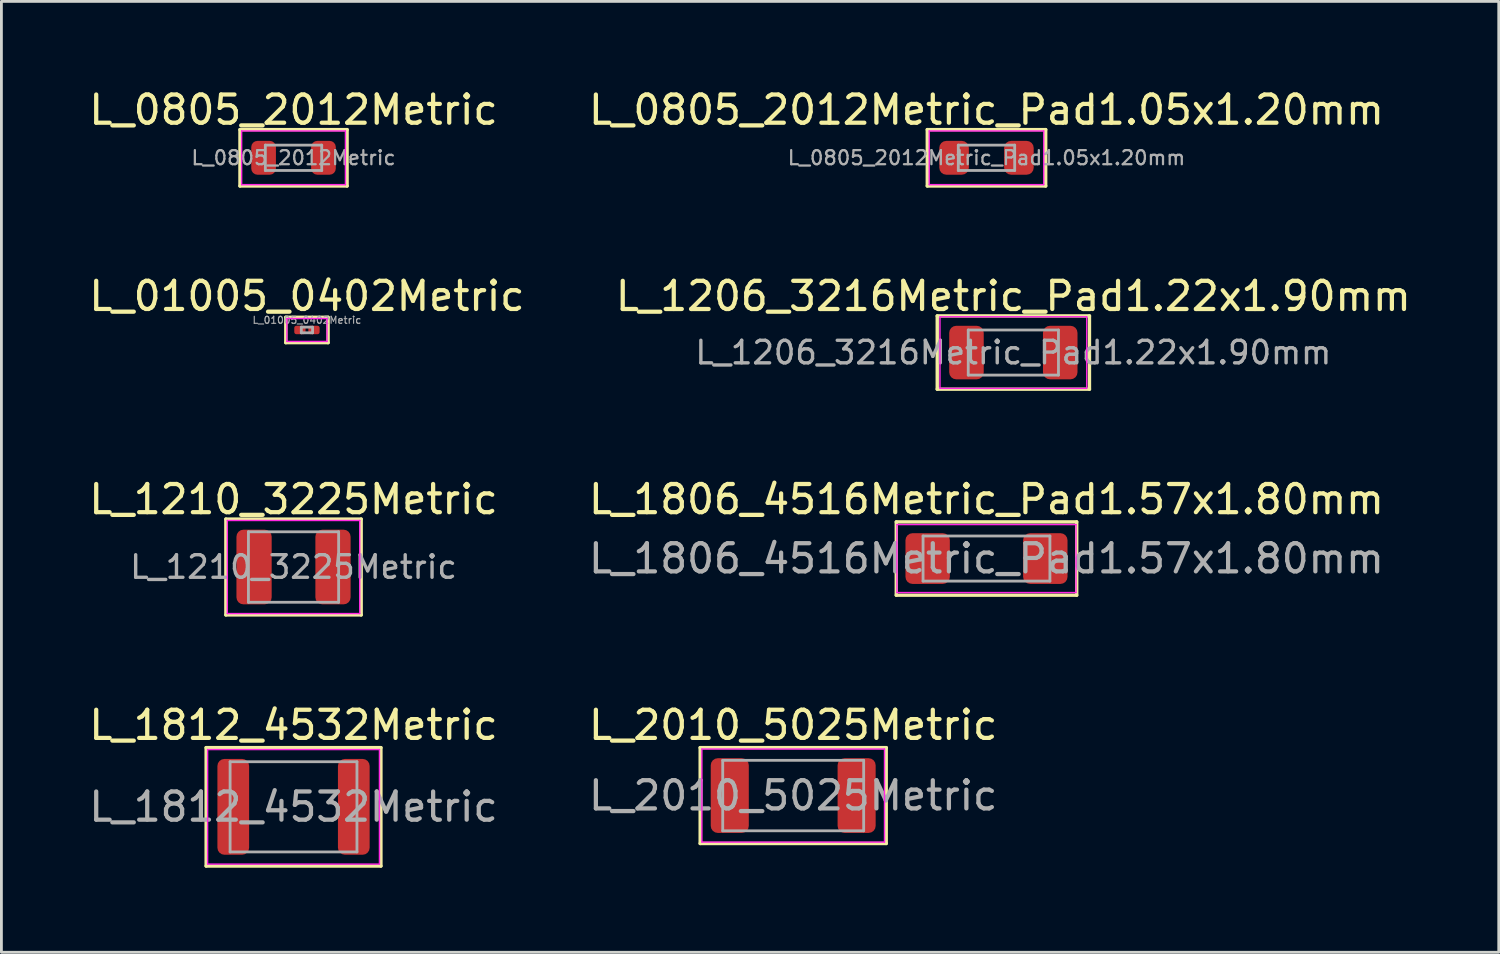
<source format=kicad_pcb>
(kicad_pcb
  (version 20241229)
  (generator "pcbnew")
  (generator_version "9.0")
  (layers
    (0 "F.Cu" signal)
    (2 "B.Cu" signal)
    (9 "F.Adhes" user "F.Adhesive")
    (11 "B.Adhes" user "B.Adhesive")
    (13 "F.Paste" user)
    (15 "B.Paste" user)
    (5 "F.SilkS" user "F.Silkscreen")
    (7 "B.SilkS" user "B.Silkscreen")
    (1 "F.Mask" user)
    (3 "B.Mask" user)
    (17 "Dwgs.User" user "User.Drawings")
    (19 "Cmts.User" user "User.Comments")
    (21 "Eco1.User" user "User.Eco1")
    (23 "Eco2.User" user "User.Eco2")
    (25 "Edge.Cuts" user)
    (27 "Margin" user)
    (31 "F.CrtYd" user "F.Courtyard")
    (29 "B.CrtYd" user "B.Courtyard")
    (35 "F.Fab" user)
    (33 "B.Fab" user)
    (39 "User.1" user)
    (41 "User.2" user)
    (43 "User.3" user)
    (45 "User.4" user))
  (footprint "L_1806_4516Metric_Pad1.57x1.80mm"
    (layer "F.Cu")
    (at 31.946 16.765)
    (property "Reference" "L_1806_4516Metric_Pad1.57x1.80mm" (at 0 -2.1 0) (layer "F.SilkS") (effects (font (size 1 1) (thickness 0.15))))
    (attr smd)
    (fp_line (start -3.2 -1.3) (end -3.2 1.3) (stroke (width 0.12) (type solid)) (layer "F.SilkS"))
    (fp_line (start -3.2 1.3) (end 3.2 1.3) (stroke (width 0.12) (type solid)) (layer "F.SilkS"))
    (fp_line (start 3.2 -1.3) (end -3.2 -1.3) (stroke (width 0.12) (type solid)) (layer "F.SilkS"))
    (fp_line (start 3.2 1.3) (end 3.2 -1.3) (stroke (width 0.12) (type solid)) (layer "F.SilkS"))
    (fp_line (start -3.175 -1.206) (end 3.175 -1.206) (stroke (width 0.05) (type solid)) (layer "F.CrtYd"))
    (fp_line (start -3.175 1.206) (end -3.175 -1.206) (stroke (width 0.05) (type solid)) (layer "F.CrtYd"))
    (fp_line (start 3.175 -1.206) (end 3.175 1.206) (stroke (width 0.05) (type solid)) (layer "F.CrtYd"))
    (fp_line (start 3.175 1.206) (end -3.175 1.206) (stroke (width 0.05) (type solid)) (layer "F.CrtYd"))
    (fp_line (start -2.25 -0.8) (end 2.25 -0.8) (stroke (width 0.1) (type solid)) (layer "F.Fab"))
    (fp_line (start -2.25 0.8) (end -2.25 -0.8) (stroke (width 0.1) (type solid)) (layer "F.Fab"))
    (fp_line (start 2.25 -0.8) (end 2.25 0.8) (stroke (width 0.1) (type solid)) (layer "F.Fab"))
    (fp_line (start 2.25 0.8) (end -2.25 0.8) (stroke (width 0.1) (type solid)) (layer "F.Fab"))
    (fp_text user "${REFERENCE}" (at 0 0 0) (layer "F.Fab") (effects (font (size 1 1) (thickness 0.15))))
    (pad "1" smd roundrect (at -2.087 0) (size 1.575 1.8) (layers "F.Cu" "F.Mask" "F.Paste") (roundrect_rratio 0.159))
    (pad "2" smd roundrect (at 2.087 0) (size 1.575 1.8) (layers "F.Cu" "F.Mask" "F.Paste") (roundrect_rratio 0.159)))
  (footprint "L_2010_5025Metric"
    (layer "F.Cu")
    (at 25.089 25.173)
    (property "Reference" "L_2010_5025Metric" (at 0 -2.5 0) (layer "F.SilkS") (effects (font (size 1 1) (thickness 0.15))))
    (attr smd)
    (fp_line (start -3.3 -1.7) (end -3.3 1.7) (stroke (width 0.12) (type solid)) (layer "F.SilkS"))
    (fp_line (start -3.3 1.7) (end 3.3 1.7) (stroke (width 0.12) (type solid)) (layer "F.SilkS"))
    (fp_line (start 3.3 -1.7) (end -3.3 -1.7) (stroke (width 0.12) (type solid)) (layer "F.SilkS"))
    (fp_line (start 3.3 1.7) (end 3.3 -1.7) (stroke (width 0.12) (type solid)) (layer "F.SilkS"))
    (fp_line (start -3.239 -1.651) (end 3.239 -1.651) (stroke (width 0.05) (type solid)) (layer "F.CrtYd"))
    (fp_line (start -3.239 1.651) (end -3.239 -1.651) (stroke (width 0.05) (type solid)) (layer "F.CrtYd"))
    (fp_line (start 3.239 -1.651) (end 3.239 1.651) (stroke (width 0.05) (type solid)) (layer "F.CrtYd"))
    (fp_line (start 3.239 1.651) (end -3.239 1.651) (stroke (width 0.05) (type solid)) (layer "F.CrtYd"))
    (fp_line (start -2.5 -1.25) (end 2.5 -1.25) (stroke (width 0.1) (type solid)) (layer "F.Fab"))
    (fp_line (start -2.5 1.25) (end -2.5 -1.25) (stroke (width 0.1) (type solid)) (layer "F.Fab"))
    (fp_line (start 2.5 -1.25) (end 2.5 1.25) (stroke (width 0.1) (type solid)) (layer "F.Fab"))
    (fp_line (start 2.5 1.25) (end -2.5 1.25) (stroke (width 0.1) (type solid)) (layer "F.Fab"))
    (fp_text user "${REFERENCE}" (at 0 0 0) (layer "F.Fab") (effects (font (size 1 1) (thickness 0.15))))
    (pad "1" smd roundrect (at -2.25 0) (size 1.35 2.65) (layers "F.Cu" "F.Mask" "F.Paste") (roundrect_rratio 0.185))
    (pad "2" smd roundrect (at 2.25 0) (size 1.35 2.65) (layers "F.Cu" "F.Mask" "F.Paste") (roundrect_rratio 0.185)))
  (footprint "L_1812_4532Metric"
    (layer "F.Cu")
    (at 7.363 25.573)
    (property "Reference" "L_1812_4532Metric" (at 0 -2.9 0) (layer "F.SilkS") (effects (font (size 1 1) (thickness 0.15))))
    (attr smd)
    (fp_line (start -3.1 -2.1) (end -3.1 2.1) (stroke (width 0.12) (type solid)) (layer "F.SilkS"))
    (fp_line (start -3.1 2.1) (end 3.1 2.1) (stroke (width 0.12) (type solid)) (layer "F.SilkS"))
    (fp_line (start 3.1 -2.1) (end -3.1 -2.1) (stroke (width 0.12) (type solid)) (layer "F.SilkS"))
    (fp_line (start 3.1 2.1) (end 3.1 -2.1) (stroke (width 0.12) (type solid)) (layer "F.SilkS"))
    (fp_line (start -3.048 -2.032) (end 3.048 -2.032) (stroke (width 0.05) (type solid)) (layer "F.CrtYd"))
    (fp_line (start -3.048 2.032) (end -3.048 -2.032) (stroke (width 0.05) (type solid)) (layer "F.CrtYd"))
    (fp_line (start 3.048 -2.032) (end 3.048 2.032) (stroke (width 0.05) (type solid)) (layer "F.CrtYd"))
    (fp_line (start 3.048 2.032) (end -3.048 2.032) (stroke (width 0.05) (type solid)) (layer "F.CrtYd"))
    (fp_line (start -2.25 -1.6) (end 2.25 -1.6) (stroke (width 0.1) (type solid)) (layer "F.Fab"))
    (fp_line (start -2.25 1.6) (end -2.25 -1.6) (stroke (width 0.1) (type solid)) (layer "F.Fab"))
    (fp_line (start 2.25 -1.6) (end 2.25 1.6) (stroke (width 0.1) (type solid)) (layer "F.Fab"))
    (fp_line (start 2.25 1.6) (end -2.25 1.6) (stroke (width 0.1) (type solid)) (layer "F.Fab"))
    (fp_text user "${REFERENCE}" (at 0 0 0) (layer "F.Fab") (effects (font (size 1 1) (thickness 0.15))))
    (pad "1" smd roundrect (at -2.138 0) (size 1.125 3.4) (layers "F.Cu" "F.Mask" "F.Paste") (roundrect_rratio 0.222))
    (pad "2" smd roundrect (at 2.138 0) (size 1.125 3.4) (layers "F.Cu" "F.Mask" "F.Paste") (roundrect_rratio 0.222)))
  (footprint "L_1206_3216Metric_Pad1.22x1.90mm"
    (layer "F.Cu")
    (at 32.899 9.457)
    (property "Reference" "L_1206_3216Metric_Pad1.22x1.90mm" (at 0 -2 0) (layer "F.SilkS") (effects (font (size 1 1) (thickness 0.15))))
    (attr smd)
    (fp_line (start -2.7 -1.3) (end -2.7 1.3) (stroke (width 0.12) (type solid)) (layer "F.SilkS"))
    (fp_line (start -2.7 1.3) (end 2.7 1.3) (stroke (width 0.12) (type solid)) (layer "F.SilkS"))
    (fp_line (start 2.7 -1.3) (end -2.7 -1.3) (stroke (width 0.12) (type solid)) (layer "F.SilkS"))
    (fp_line (start 2.7 1.3) (end 2.7 -1.3) (stroke (width 0.12) (type solid)) (layer "F.SilkS"))
    (fp_line (start -2.603 -1.27) (end 2.603 -1.27) (stroke (width 0.05) (type solid)) (layer "F.CrtYd"))
    (fp_line (start -2.603 1.27) (end -2.603 -1.27) (stroke (width 0.05) (type solid)) (layer "F.CrtYd"))
    (fp_line (start 2.603 -1.27) (end 2.603 1.27) (stroke (width 0.05) (type solid)) (layer "F.CrtYd"))
    (fp_line (start 2.603 1.27) (end -2.603 1.27) (stroke (width 0.05) (type solid)) (layer "F.CrtYd"))
    (fp_line (start -1.6 -0.8) (end 1.6 -0.8) (stroke (width 0.1) (type solid)) (layer "F.Fab"))
    (fp_line (start -1.6 0.8) (end -1.6 -0.8) (stroke (width 0.1) (type solid)) (layer "F.Fab"))
    (fp_line (start 1.6 -0.8) (end 1.6 0.8) (stroke (width 0.1) (type solid)) (layer "F.Fab"))
    (fp_line (start 1.6 0.8) (end -1.6 0.8) (stroke (width 0.1) (type solid)) (layer "F.Fab"))
    (fp_text user "${REFERENCE}" (at 0 0 0) (layer "F.Fab") (effects (font (size 0.8 0.8) (thickness 0.12))))
    (pad "1" smd roundrect (at -1.663 0) (size 1.225 1.9) (layers "F.Cu" "F.Mask" "F.Paste") (roundrect_rratio 0.204))
    (pad "2" smd roundrect (at 1.663 0) (size 1.225 1.9) (layers "F.Cu" "F.Mask" "F.Paste") (roundrect_rratio 0.204)))
  (footprint "L_0805_2012Metric"
    (layer "F.Cu")
    (at 7.363 2.548)
    (property "Reference" "L_0805_2012Metric" (at 0 -1.7 0) (layer "F.SilkS") (effects (font (size 1 1) (thickness 0.15))))
    (attr smd)
    (fp_line (start -1.9 -1) (end -1.9 1) (stroke (width 0.12) (type solid)) (layer "F.SilkS"))
    (fp_line (start -1.9 1) (end 1.9 1) (stroke (width 0.12) (type solid)) (layer "F.SilkS"))
    (fp_line (start 1.9 -1) (end -1.9 -1) (stroke (width 0.12) (type solid)) (layer "F.SilkS"))
    (fp_line (start 1.9 1) (end 1.9 -1) (stroke (width 0.12) (type solid)) (layer "F.SilkS"))
    (fp_line (start -1.841 -0.953) (end 1.841 -0.953) (stroke (width 0.05) (type solid)) (layer "F.CrtYd"))
    (fp_line (start -1.841 0.953) (end -1.841 -0.953) (stroke (width 0.05) (type solid)) (layer "F.CrtYd"))
    (fp_line (start 1.841 -0.953) (end 1.841 0.953) (stroke (width 0.05) (type solid)) (layer "F.CrtYd"))
    (fp_line (start 1.841 0.953) (end -1.841 0.953) (stroke (width 0.05) (type solid)) (layer "F.CrtYd"))
    (fp_line (start -1 -0.45) (end 1 -0.45) (stroke (width 0.1) (type solid)) (layer "F.Fab"))
    (fp_line (start -1 0.45) (end -1 -0.45) (stroke (width 0.1) (type solid)) (layer "F.Fab"))
    (fp_line (start 1 -0.45) (end 1 0.45) (stroke (width 0.1) (type solid)) (layer "F.Fab"))
    (fp_line (start 1 0.45) (end -1 0.45) (stroke (width 0.1) (type solid)) (layer "F.Fab"))
    (fp_text user "${REFERENCE}" (at 0 0 0) (layer "F.Fab") (effects (font (size 0.5 0.5) (thickness 0.08))))
    (pad "1" smd roundrect (at -1.062 0) (size 0.875 1.2) (layers "F.Cu" "F.Mask" "F.Paste") (roundrect_rratio 0.25))
    (pad "2" smd roundrect (at 1.062 0) (size 0.875 1.2) (layers "F.Cu" "F.Mask" "F.Paste") (roundrect_rratio 0.25)))
  (footprint "L_1210_3225Metric"
    (layer "F.Cu")
    (at 7.363 17.065)
    (property "Reference" "L_1210_3225Metric" (at 0 -2.4 0) (layer "F.SilkS") (effects (font (size 1 1) (thickness 0.15))))
    (attr smd)
    (fp_line (start -2.4 -1.7) (end -2.4 1.7) (stroke (width 0.12) (type solid)) (layer "F.SilkS"))
    (fp_line (start -2.4 1.7) (end 2.4 1.7) (stroke (width 0.12) (type solid)) (layer "F.SilkS"))
    (fp_line (start 2.4 -1.7) (end -2.4 -1.7) (stroke (width 0.12) (type solid)) (layer "F.SilkS"))
    (fp_line (start 2.4 1.7) (end 2.4 -1.7) (stroke (width 0.12) (type solid)) (layer "F.SilkS"))
    (fp_line (start -2.349 -1.651) (end 2.349 -1.651) (stroke (width 0.05) (type solid)) (layer "F.CrtYd"))
    (fp_line (start -2.349 1.651) (end -2.349 -1.651) (stroke (width 0.05) (type solid)) (layer "F.CrtYd"))
    (fp_line (start 2.349 -1.651) (end 2.349 1.651) (stroke (width 0.05) (type solid)) (layer "F.CrtYd"))
    (fp_line (start 2.349 1.651) (end -2.349 1.651) (stroke (width 0.05) (type solid)) (layer "F.CrtYd"))
    (fp_line (start -1.6 -1.25) (end 1.6 -1.25) (stroke (width 0.1) (type solid)) (layer "F.Fab"))
    (fp_line (start -1.6 1.25) (end -1.6 -1.25) (stroke (width 0.1) (type solid)) (layer "F.Fab"))
    (fp_line (start 1.6 -1.25) (end 1.6 1.25) (stroke (width 0.1) (type solid)) (layer "F.Fab"))
    (fp_line (start 1.6 1.25) (end -1.6 1.25) (stroke (width 0.1) (type solid)) (layer "F.Fab"))
    (fp_text user "${REFERENCE}" (at 0 0 0) (layer "F.Fab") (effects (font (size 0.8 0.8) (thickness 0.12))))
    (pad "1" smd roundrect (at -1.4 0) (size 1.25 2.65) (layers "F.Cu" "F.Mask" "F.Paste") (roundrect_rratio 0.2))
    (pad "2" smd roundrect (at 1.4 0) (size 1.25 2.65) (layers "F.Cu" "F.Mask" "F.Paste") (roundrect_rratio 0.2)))
  (footprint "L_0805_2012Metric_Pad1.05x1.20mm"
    (layer "F.Cu")
    (at 31.946 2.548)
    (property "Reference" "L_0805_2012Metric_Pad1.05x1.20mm" (at 0 -1.7 0) (layer "F.SilkS") (effects (font (size 1 1) (thickness 0.15))))
    (attr smd)
    (fp_line (start -2.1 -1) (end -2.1 1) (stroke (width 0.12) (type solid)) (layer "F.SilkS"))
    (fp_line (start -2.1 1) (end 2.1 1) (stroke (width 0.12) (type solid)) (layer "F.SilkS"))
    (fp_line (start 2.1 -1) (end -2.1 -1) (stroke (width 0.12) (type solid)) (layer "F.SilkS"))
    (fp_line (start 2.1 1) (end 2.1 -1) (stroke (width 0.12) (type solid)) (layer "F.SilkS"))
    (fp_line (start -2.032 -0.953) (end 2.032 -0.953) (stroke (width 0.05) (type solid)) (layer "F.CrtYd"))
    (fp_line (start -2.032 0.953) (end -2.032 -0.953) (stroke (width 0.05) (type solid)) (layer "F.CrtYd"))
    (fp_line (start 2.032 -0.953) (end 2.032 0.953) (stroke (width 0.05) (type solid)) (layer "F.CrtYd"))
    (fp_line (start 2.032 0.953) (end -2.032 0.953) (stroke (width 0.05) (type solid)) (layer "F.CrtYd"))
    (fp_line (start -1 -0.45) (end 1 -0.45) (stroke (width 0.1) (type solid)) (layer "F.Fab"))
    (fp_line (start -1 0.45) (end -1 -0.45) (stroke (width 0.1) (type solid)) (layer "F.Fab"))
    (fp_line (start 1 -0.45) (end 1 0.45) (stroke (width 0.1) (type solid)) (layer "F.Fab"))
    (fp_line (start 1 0.45) (end -1 0.45) (stroke (width 0.1) (type solid)) (layer "F.Fab"))
    (fp_text user "${REFERENCE}" (at 0 0 0) (layer "F.Fab") (effects (font (size 0.5 0.5) (thickness 0.08))))
    (pad "1" smd roundrect (at -1.15 0) (size 1.05 1.2) (layers "F.Cu" "F.Mask" "F.Paste") (roundrect_rratio 0.238))
    (pad "2" smd roundrect (at 1.15 0) (size 1.05 1.2) (layers "F.Cu" "F.Mask" "F.Paste") (roundrect_rratio 0.238)))
  (footprint "L_01005_0402Metric"
    (layer "F.Cu")
    (at 7.839 8.656)
    (property "Reference" "L_01005_0402Metric" (at 0 -1.2 0) (layer "F.SilkS") (effects (font (size 1 1) (thickness 0.15))))
    (attr smd)
    (fp_line (start -0.75 -0.45) (end -0.75 0.45) (stroke (width 0.12) (type solid)) (layer "F.SilkS"))
    (fp_line (start -0.75 0.45) (end 0.75 0.45) (stroke (width 0.12) (type solid)) (layer "F.SilkS"))
    (fp_line (start 0.75 -0.45) (end -0.75 -0.45) (stroke (width 0.12) (type solid)) (layer "F.SilkS"))
    (fp_line (start 0.75 0.45) (end 0.75 -0.45) (stroke (width 0.12) (type solid)) (layer "F.SilkS"))
    (fp_line (start -0.711 -0.406) (end 0.711 -0.406) (stroke (width 0.05) (type solid)) (layer "F.CrtYd"))
    (fp_line (start -0.711 0.406) (end -0.711 -0.406) (stroke (width 0.05) (type solid)) (layer "F.CrtYd"))
    (fp_line (start 0.711 -0.406) (end 0.711 0.406) (stroke (width 0.05) (type solid)) (layer "F.CrtYd"))
    (fp_line (start 0.711 0.406) (end -0.711 0.406) (stroke (width 0.05) (type solid)) (layer "F.CrtYd"))
    (fp_line (start -0.2 -0.1) (end 0.2 -0.1) (stroke (width 0.1) (type solid)) (layer "F.Fab"))
    (fp_line (start -0.2 0.1) (end -0.2 -0.1) (stroke (width 0.1) (type solid)) (layer "F.Fab"))
    (fp_line (start 0.2 -0.1) (end 0.2 0.1) (stroke (width 0.1) (type solid)) (layer "F.Fab"))
    (fp_line (start 0.2 0.1) (end -0.2 0.1) (stroke (width 0.1) (type solid)) (layer "F.Fab"))
    (fp_text user "${REFERENCE}" (at 0 -0.35 0) (layer "F.Fab") (effects (font (size 0.25 0.25) (thickness 0.04))))
    (pad "" smd roundrect (at -0.275 0) (size 0.27 0.27) (layers "F.Paste") (roundrect_rratio 0.25))
    (pad "" smd roundrect (at 0.275 0) (size 0.27 0.27) (layers "F.Paste") (roundrect_rratio 0.25))
    (pad "1" smd roundrect (at -0.25 0) (size 0.4 0.3) (layers "F.Cu" "F.Mask") (roundrect_rratio 0.25))
    (pad "2" smd roundrect (at 0.25 0) (size 0.4 0.3) (layers "F.Cu" "F.Mask") (roundrect_rratio 0.25)))
  (gr_rect
    (start -3 -3)
    (end 50.119 30.733)
    (stroke (width 0.1) (type default))
    (fill no)
    (layer "Edge.Cuts")))
</source>
